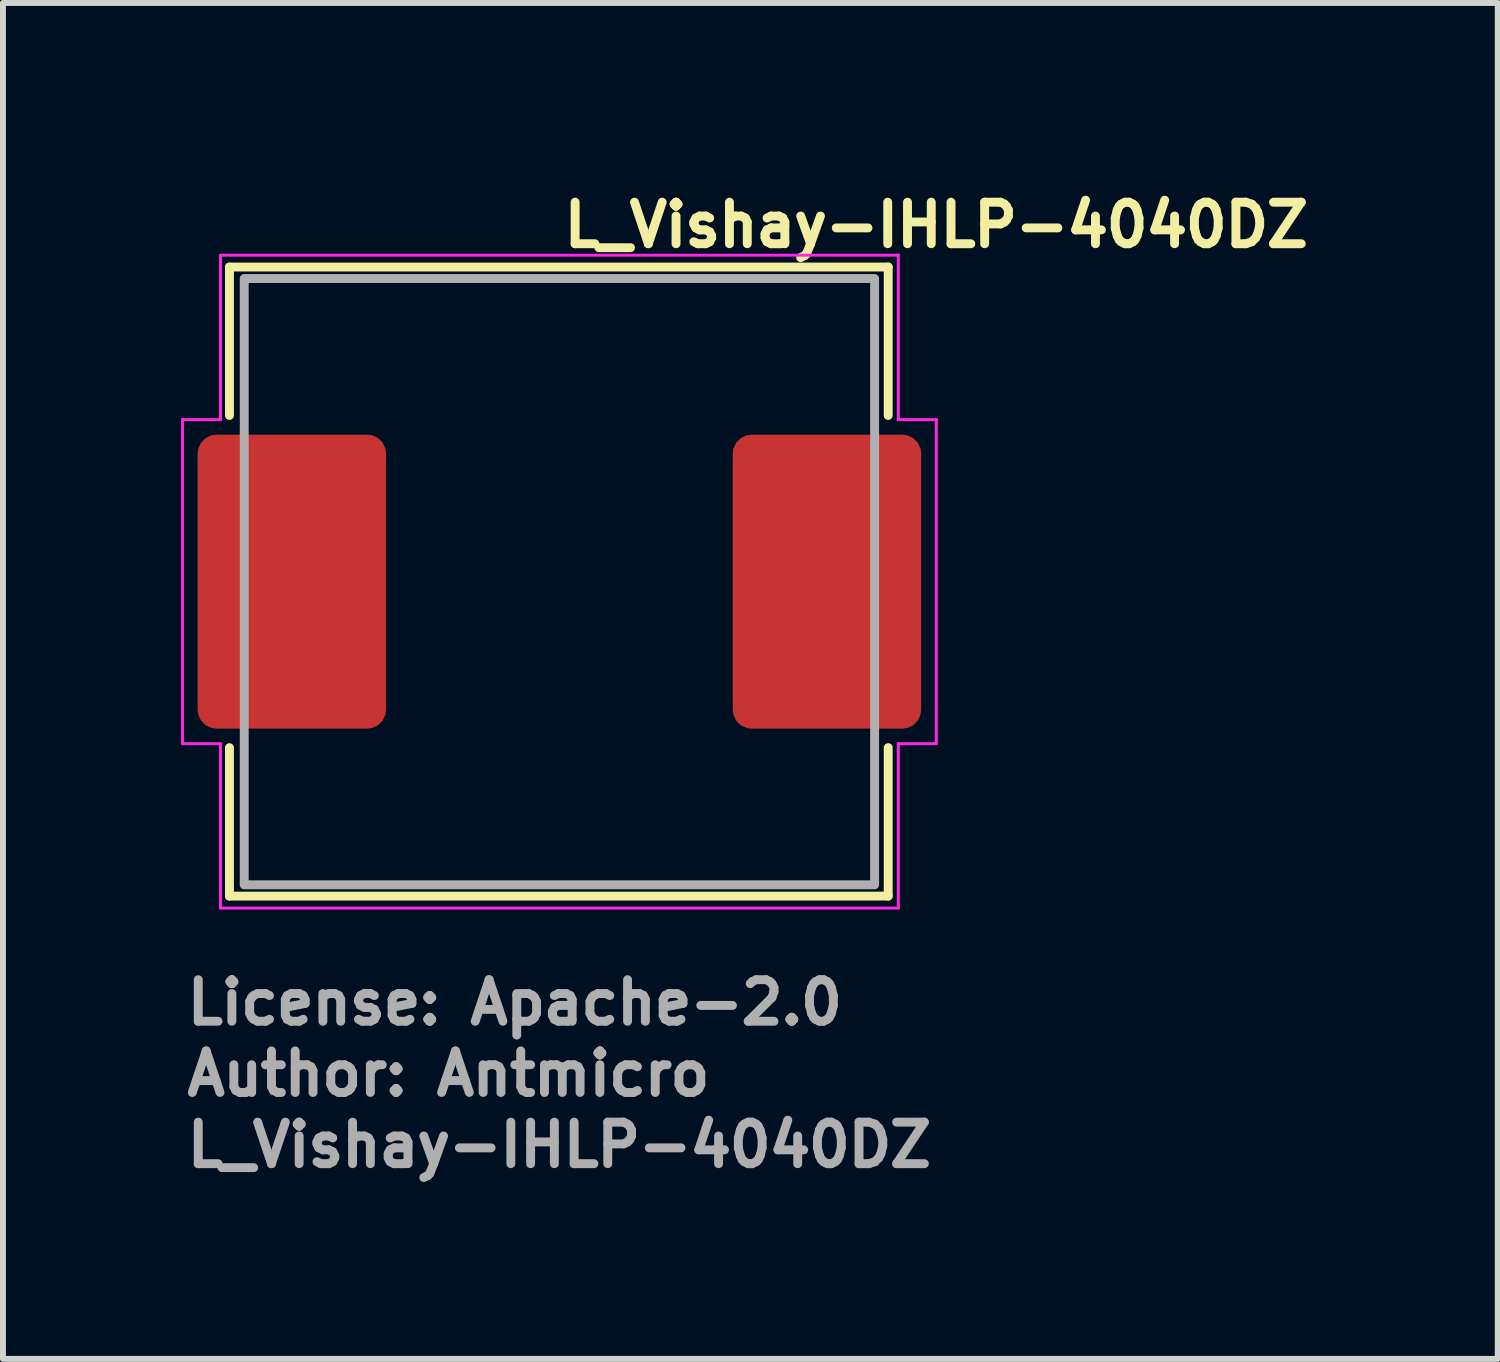
<source format=kicad_pcb>
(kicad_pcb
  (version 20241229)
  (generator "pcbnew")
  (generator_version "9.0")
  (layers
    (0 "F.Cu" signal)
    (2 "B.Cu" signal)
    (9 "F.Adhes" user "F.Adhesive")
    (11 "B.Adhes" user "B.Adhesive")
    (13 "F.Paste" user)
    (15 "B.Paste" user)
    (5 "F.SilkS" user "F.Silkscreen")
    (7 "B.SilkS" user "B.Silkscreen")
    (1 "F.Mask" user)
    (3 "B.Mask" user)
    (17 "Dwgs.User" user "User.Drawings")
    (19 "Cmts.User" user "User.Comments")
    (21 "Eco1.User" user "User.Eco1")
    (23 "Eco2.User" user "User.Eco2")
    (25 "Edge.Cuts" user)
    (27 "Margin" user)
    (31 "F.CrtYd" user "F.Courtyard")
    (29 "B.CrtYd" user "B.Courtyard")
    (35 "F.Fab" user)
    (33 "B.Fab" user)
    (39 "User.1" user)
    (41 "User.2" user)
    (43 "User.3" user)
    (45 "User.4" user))
  (footprint "L_Vishay-IHLP-4040DZ"
    (layer "F.Cu")
    (at 6.375 6.75)
    (property "Reference" "L_Vishay-IHLP-4040DZ" (at 0 -5.6 0) (layer "F.SilkS") (effects (font (size 0.7 0.7) (thickness 0.15)) (justify left bottom)))
    (attr smd)
    (fp_line (start -5.559 -5.301) (end -5.559 -2.8) (stroke (width 0.15) (type solid)) (layer "F.SilkS"))
    (fp_line (start -5.559 2.797) (end -5.559 5.298) (stroke (width 0.15) (type solid)) (layer "F.SilkS"))
    (fp_line (start -5.559 5.298) (end 5.54 5.298) (stroke (width 0.15) (type solid)) (layer "F.SilkS"))
    (fp_line (start 5.54 -5.301) (end -5.559 -5.301) (stroke (width 0.15) (type solid)) (layer "F.SilkS"))
    (fp_line (start 5.54 -2.8) (end 5.54 -5.301) (stroke (width 0.15) (type solid)) (layer "F.SilkS"))
    (fp_line (start 5.54 5.298) (end 5.54 2.797) (stroke (width 0.15) (type solid)) (layer "F.SilkS"))
    (fp_line (start -6.35 -2.73) (end -5.71 -2.73) (stroke (width 0.05) (type solid)) (layer "F.CrtYd"))
    (fp_line (start -6.35 2.73) (end -6.35 -2.73) (stroke (width 0.05) (type solid)) (layer "F.CrtYd"))
    (fp_line (start -5.71 -5.5) (end -5.71 -2.73) (stroke (width 0.05) (type solid)) (layer "F.CrtYd"))
    (fp_line (start -5.71 2.73) (end -6.35 2.73) (stroke (width 0.05) (type solid)) (layer "F.CrtYd"))
    (fp_line (start -5.71 2.73) (end -5.71 5.5) (stroke (width 0.05) (type solid)) (layer "F.CrtYd"))
    (fp_line (start 5.71 -5.5) (end -5.71 -5.5) (stroke (width 0.05) (type solid)) (layer "F.CrtYd"))
    (fp_line (start 5.71 -2.73) (end 5.71 -5.5) (stroke (width 0.05) (type solid)) (layer "F.CrtYd"))
    (fp_line (start 5.71 -2.73) (end 6.35 -2.73) (stroke (width 0.05) (type solid)) (layer "F.CrtYd"))
    (fp_line (start 5.71 5.5) (end -5.71 5.5) (stroke (width 0.05) (type solid)) (layer "F.CrtYd"))
    (fp_line (start 5.71 5.5) (end 5.71 2.73) (stroke (width 0.05) (type solid)) (layer "F.CrtYd"))
    (fp_line (start 6.35 -2.73) (end 6.35 2.73) (stroke (width 0.05) (type solid)) (layer "F.CrtYd"))
    (fp_line (start 6.35 2.73) (end 5.71 2.73) (stroke (width 0.05) (type solid)) (layer "F.CrtYd"))
    (fp_rect (start -5.31 -5.107) (end 5.311 5.108) (stroke (width 0.15) (type solid)) (fill no) (layer "F.Fab"))
    (fp_rect (start -5.31 -5.107) (end 5.311 5.108) (stroke (width 0.1) (type solid)) (fill no) (layer "User.5"))
    (fp_line (start -5.31 -3.808) (end -5.31 3.81) (stroke (width 0.02) (type solid)) (layer "User.9"))
    (fp_line (start -5.31 -1.72) (end -5.31 -2.259) (stroke (width 0.02) (type solid)) (layer "User.9"))
    (fp_line (start -5.31 -1.72) (end -5.31 -1.72) (stroke (width 0.02) (type solid)) (layer "User.9"))
    (fp_line (start -5.31 -1.614) (end -5.31 -1.72) (stroke (width 0.02) (type solid)) (layer "User.9"))
    (fp_line (start -5.31 -1.614) (end -5.31 -1.614) (stroke (width 0.02) (type solid)) (layer "User.9"))
    (fp_line (start -5.31 -1.573) (end -5.31 -1.614) (stroke (width 0.02) (type solid)) (layer "User.9"))
    (fp_line (start -5.31 -1.573) (end -5.31 -1.573) (stroke (width 0.02) (type solid)) (layer "User.9"))
    (fp_line (start -5.31 -1.54) (end -5.31 -1.573) (stroke (width 0.02) (type solid)) (layer "User.9"))
    (fp_line (start -5.31 -1.54) (end -5.31 -1.54) (stroke (width 0.02) (type solid)) (layer "User.9"))
    (fp_line (start -5.31 -1.516) (end -5.31 -1.54) (stroke (width 0.02) (type solid)) (layer "User.9"))
    (fp_line (start -5.31 -1.516) (end -5.31 -1.516) (stroke (width 0.02) (type solid)) (layer "User.9"))
    (fp_line (start -5.31 -1.502) (end -5.31 -1.516) (stroke (width 0.02) (type solid)) (layer "User.9"))
    (fp_line (start -5.31 -1.502) (end -5.31 -1.502) (stroke (width 0.02) (type solid)) (layer "User.9"))
    (fp_line (start -5.31 -1.497) (end -5.31 -1.502) (stroke (width 0.02) (type solid)) (layer "User.9"))
    (fp_line (start -5.31 3.81) (end -5.214 3.81) (stroke (width 0.02) (type solid)) (layer "User.9"))
    (fp_line (start -5.214 -3.808) (end -5.31 -3.808) (stroke (width 0.02) (type solid)) (layer "User.9"))
    (fp_line (start -5.214 -3.808) (end -5.214 -3.808) (stroke (width 0.02) (type solid)) (layer "User.9"))
    (fp_line (start -5.214 3.81) (end -5.214 3.81) (stroke (width 0.02) (type solid)) (layer "User.9"))
    (fp_line (start -5.214 3.81) (end -4.98 3.81) (stroke (width 0.02) (type solid)) (layer "User.9"))
    (fp_line (start -5.196 -0.507) (end -5.19 -0.527) (stroke (width 0.02) (type solid)) (layer "User.9"))
    (fp_line (start -5.196 0.508) (end -5.196 -0.507) (stroke (width 0.02) (type solid)) (layer "User.9"))
    (fp_line (start -5.19 -0.527) (end -5.184 -0.548) (stroke (width 0.02) (type solid)) (layer "User.9"))
    (fp_line (start -5.19 0.529) (end -5.196 0.508) (stroke (width 0.02) (type solid)) (layer "User.9"))
    (fp_line (start -5.184 -0.548) (end -5.177 -0.567) (stroke (width 0.02) (type solid)) (layer "User.9"))
    (fp_line (start -5.184 0.549) (end -5.19 0.529) (stroke (width 0.02) (type solid)) (layer "User.9"))
    (fp_line (start -5.177 -0.567) (end -5.168 -0.585) (stroke (width 0.02) (type solid)) (layer "User.9"))
    (fp_line (start -5.177 0.568) (end -5.184 0.549) (stroke (width 0.02) (type solid)) (layer "User.9"))
    (fp_line (start -5.168 -0.585) (end -5.159 -0.603) (stroke (width 0.02) (type solid)) (layer "User.9"))
    (fp_line (start -5.168 0.587) (end -5.177 0.568) (stroke (width 0.02) (type solid)) (layer "User.9"))
    (fp_line (start -5.159 -0.603) (end -5.148 -0.62) (stroke (width 0.02) (type solid)) (layer "User.9"))
    (fp_line (start -5.159 0.604) (end -5.168 0.587) (stroke (width 0.02) (type solid)) (layer "User.9"))
    (fp_line (start -5.148 -0.62) (end -5.137 -0.636) (stroke (width 0.02) (type solid)) (layer "User.9"))
    (fp_line (start -5.148 0.621) (end -5.159 0.604) (stroke (width 0.02) (type solid)) (layer "User.9"))
    (fp_line (start -5.137 -0.636) (end -5.124 -0.651) (stroke (width 0.02) (type solid)) (layer "User.9"))
    (fp_line (start -5.137 0.637) (end -5.148 0.621) (stroke (width 0.02) (type solid)) (layer "User.9"))
    (fp_line (start -5.124 -0.651) (end -5.11 -0.665) (stroke (width 0.02) (type solid)) (layer "User.9"))
    (fp_line (start -5.124 0.653) (end -5.137 0.637) (stroke (width 0.02) (type solid)) (layer "User.9"))
    (fp_line (start -5.11 -0.665) (end -5.095 -0.679) (stroke (width 0.02) (type solid)) (layer "User.9"))
    (fp_line (start -5.11 0.667) (end -5.124 0.653) (stroke (width 0.02) (type solid)) (layer "User.9"))
    (fp_line (start -5.107 -4.101) (end -5.107 -3.808) (stroke (width 0.02) (type solid)) (layer "User.9"))
    (fp_line (start -5.107 3.81) (end -5.107 4.102) (stroke (width 0.02) (type solid)) (layer "User.9"))
    (fp_line (start -5.107 4.102) (end -5.106 4.154) (stroke (width 0.02) (type solid)) (layer "User.9"))
    (fp_line (start -5.106 -4.151) (end -5.107 -4.101) (stroke (width 0.02) (type solid)) (layer "User.9"))
    (fp_line (start -5.106 4.154) (end -5.102 4.205) (stroke (width 0.02) (type solid)) (layer "User.9"))
    (fp_line (start -5.102 -4.2) (end -5.106 -4.151) (stroke (width 0.02) (type solid)) (layer "User.9"))
    (fp_line (start -5.102 4.205) (end -5.096 4.256) (stroke (width 0.02) (type solid)) (layer "User.9"))
    (fp_line (start -5.096 -4.249) (end -5.102 -4.2) (stroke (width 0.02) (type solid)) (layer "User.9"))
    (fp_line (start -5.096 4.256) (end -5.087 4.305) (stroke (width 0.02) (type solid)) (layer "User.9"))
    (fp_line (start -5.095 -0.679) (end -5.079 -0.692) (stroke (width 0.02) (type solid)) (layer "User.9"))
    (fp_line (start -5.095 0.681) (end -5.11 0.667) (stroke (width 0.02) (type solid)) (layer "User.9"))
    (fp_line (start -5.09 -0.507) (end -5.196 -0.507) (stroke (width 0.02) (type solid)) (layer "User.9"))
    (fp_line (start -5.09 -0.507) (end -5.082 -0.539) (stroke (width 0.02) (type solid)) (layer "User.9"))
    (fp_line (start -5.09 0.508) (end -5.196 0.508) (stroke (width 0.02) (type solid)) (layer "User.9"))
    (fp_line (start -5.09 0.508) (end -5.09 -0.507) (stroke (width 0.02) (type solid)) (layer "User.9"))
    (fp_line (start -5.088 -4.298) (end -5.096 -4.249) (stroke (width 0.02) (type solid)) (layer "User.9"))
    (fp_line (start -5.087 4.305) (end -5.075 4.354) (stroke (width 0.02) (type solid)) (layer "User.9"))
    (fp_line (start -5.082 -0.539) (end -5.073 -0.57) (stroke (width 0.02) (type solid)) (layer "User.9"))
    (fp_line (start -5.082 0.54) (end -5.09 0.508) (stroke (width 0.02) (type solid)) (layer "User.9"))
    (fp_line (start -5.079 -0.692) (end -5.062 -0.704) (stroke (width 0.02) (type solid)) (layer "User.9"))
    (fp_line (start -5.079 0.693) (end -5.095 0.681) (stroke (width 0.02) (type solid)) (layer "User.9"))
    (fp_line (start -5.077 -4.346) (end -5.088 -4.298) (stroke (width 0.02) (type solid)) (layer "User.9"))
    (fp_line (start -5.075 4.354) (end -5.062 4.402) (stroke (width 0.02) (type solid)) (layer "User.9"))
    (fp_line (start -5.073 -0.57) (end -5.068 -0.586) (stroke (width 0.02) (type solid)) (layer "User.9"))
    (fp_line (start -5.073 0.572) (end -5.082 0.54) (stroke (width 0.02) (type solid)) (layer "User.9"))
    (fp_line (start -5.068 -0.586) (end -5.062 -0.602) (stroke (width 0.02) (type solid)) (layer "User.9"))
    (fp_line (start -5.068 0.588) (end -5.073 0.572) (stroke (width 0.02) (type solid)) (layer "User.9"))
    (fp_line (start -5.064 -4.393) (end -5.077 -4.346) (stroke (width 0.02) (type solid)) (layer "User.9"))
    (fp_line (start -5.062 -0.704) (end -5.043 -0.715) (stroke (width 0.02) (type solid)) (layer "User.9"))
    (fp_line (start -5.062 -0.602) (end -5.057 -0.618) (stroke (width 0.02) (type solid)) (layer "User.9"))
    (fp_line (start -5.062 0.604) (end -5.068 0.588) (stroke (width 0.02) (type solid)) (layer "User.9"))
    (fp_line (start -5.062 0.705) (end -5.079 0.693) (stroke (width 0.02) (type solid)) (layer "User.9"))
    (fp_line (start -5.062 4.402) (end -5.046 4.448) (stroke (width 0.02) (type solid)) (layer "User.9"))
    (fp_line (start -5.057 -0.618) (end -5.05 -0.633) (stroke (width 0.02) (type solid)) (layer "User.9"))
    (fp_line (start -5.057 0.619) (end -5.062 0.604) (stroke (width 0.02) (type solid)) (layer "User.9"))
    (fp_line (start -5.05 -0.633) (end -5.044 -0.648) (stroke (width 0.02) (type solid)) (layer "User.9"))
    (fp_line (start -5.05 0.635) (end -5.057 0.619) (stroke (width 0.02) (type solid)) (layer "User.9"))
    (fp_line (start -5.048 -4.439) (end -5.064 -4.393) (stroke (width 0.02) (type solid)) (layer "User.9"))
    (fp_line (start -5.046 4.448) (end -5.028 4.494) (stroke (width 0.02) (type solid)) (layer "User.9"))
    (fp_line (start -5.044 -0.648) (end -5.036 -0.663) (stroke (width 0.02) (type solid)) (layer "User.9"))
    (fp_line (start -5.044 0.65) (end -5.05 0.635) (stroke (width 0.02) (type solid)) (layer "User.9"))
    (fp_line (start -5.043 -0.715) (end -5.023 -0.725) (stroke (width 0.02) (type solid)) (layer "User.9"))
    (fp_line (start -5.043 0.717) (end -5.062 0.705) (stroke (width 0.02) (type solid)) (layer "User.9"))
    (fp_line (start -5.036 -0.663) (end -5.029 -0.677) (stroke (width 0.02) (type solid)) (layer "User.9"))
    (fp_line (start -5.036 0.665) (end -5.044 0.65) (stroke (width 0.02) (type solid)) (layer "User.9"))
    (fp_line (start -5.031 -4.486) (end -5.048 -4.439) (stroke (width 0.02) (type solid)) (layer "User.9"))
    (fp_line (start -5.029 -0.677) (end -5.02 -0.691) (stroke (width 0.02) (type solid)) (layer "User.9"))
    (fp_line (start -5.029 0.679) (end -5.036 0.665) (stroke (width 0.02) (type solid)) (layer "User.9"))
    (fp_line (start -5.028 4.494) (end -5.008 4.539) (stroke (width 0.02) (type solid)) (layer "User.9"))
    (fp_line (start -5.023 -0.725) (end -5.002 -0.735) (stroke (width 0.02) (type solid)) (layer "User.9"))
    (fp_line (start -5.023 0.727) (end -5.043 0.717) (stroke (width 0.02) (type solid)) (layer "User.9"))
    (fp_line (start -5.02 -0.691) (end -5.011 -0.705) (stroke (width 0.02) (type solid)) (layer "User.9"))
    (fp_line (start -5.02 0.693) (end -5.029 0.679) (stroke (width 0.02) (type solid)) (layer "User.9"))
    (fp_line (start -5.011 -4.531) (end -5.031 -4.486) (stroke (width 0.02) (type solid)) (layer "User.9"))
    (fp_line (start -5.011 -0.705) (end -5.002 -0.719) (stroke (width 0.02) (type solid)) (layer "User.9"))
    (fp_line (start -5.011 0.707) (end -5.02 0.693) (stroke (width 0.02) (type solid)) (layer "User.9"))
    (fp_line (start -5.008 4.539) (end -4.986 4.582) (stroke (width 0.02) (type solid)) (layer "User.9"))
    (fp_line (start -5.002 -0.735) (end -4.98 -0.744) (stroke (width 0.02) (type solid)) (layer "User.9"))
    (fp_line (start -5.002 -0.719) (end -4.991 -0.731) (stroke (width 0.02) (type solid)) (layer "User.9"))
    (fp_line (start -5.002 0.72) (end -5.011 0.707) (stroke (width 0.02) (type solid)) (layer "User.9"))
    (fp_line (start -5.002 0.737) (end -5.023 0.727) (stroke (width 0.02) (type solid)) (layer "User.9"))
    (fp_line (start -4.991 -0.731) (end -4.98 -0.744) (stroke (width 0.02) (type solid)) (layer "User.9"))
    (fp_line (start -4.991 0.733) (end -5.002 0.72) (stroke (width 0.02) (type solid)) (layer "User.9"))
    (fp_line (start -4.989 -4.574) (end -5.011 -4.531) (stroke (width 0.02) (type solid)) (layer "User.9"))
    (fp_line (start -4.986 4.582) (end -4.962 4.624) (stroke (width 0.02) (type solid)) (layer "User.9"))
    (fp_line (start -4.98 -3.808) (end -5.214 -3.808) (stroke (width 0.02) (type solid)) (layer "User.9"))
    (fp_line (start -4.98 0.745) (end -5.002 0.737) (stroke (width 0.02) (type solid)) (layer "User.9"))
    (fp_line (start -4.98 0.745) (end -4.991 0.733) (stroke (width 0.02) (type solid)) (layer "User.9"))
    (fp_line (start -4.98 0.745) (end -4.975 0.747) (stroke (width 0.02) (type solid)) (layer "User.9"))
    (fp_line (start -4.975 -0.746) (end -4.98 -0.744) (stroke (width 0.02) (type solid)) (layer "User.9"))
    (fp_line (start -4.975 0.747) (end -4.969 0.749) (stroke (width 0.02) (type solid)) (layer "User.9"))
    (fp_line (start -4.969 -0.748) (end -4.975 -0.746) (stroke (width 0.02) (type solid)) (layer "User.9"))
    (fp_line (start -4.969 0.749) (end -4.964 0.751) (stroke (width 0.02) (type solid)) (layer "User.9"))
    (fp_line (start -4.964 -4.617) (end -4.989 -4.574) (stroke (width 0.02) (type solid)) (layer "User.9"))
    (fp_line (start -4.964 -0.749) (end -4.969 -0.748) (stroke (width 0.02) (type solid)) (layer "User.9"))
    (fp_line (start -4.964 0.751) (end -4.958 0.753) (stroke (width 0.02) (type solid)) (layer "User.9"))
    (fp_line (start -4.962 4.624) (end -4.935 4.665) (stroke (width 0.02) (type solid)) (layer "User.9"))
    (fp_line (start -4.958 -0.751) (end -4.964 -0.749) (stroke (width 0.02) (type solid)) (layer "User.9"))
    (fp_line (start -4.958 0.753) (end -4.952 0.754) (stroke (width 0.02) (type solid)) (layer "User.9"))
    (fp_line (start -4.952 -0.753) (end -4.958 -0.751) (stroke (width 0.02) (type solid)) (layer "User.9"))
    (fp_line (start -4.952 0.754) (end -4.947 0.756) (stroke (width 0.02) (type solid)) (layer "User.9"))
    (fp_line (start -4.947 -0.754) (end -4.952 -0.753) (stroke (width 0.02) (type solid)) (layer "User.9"))
    (fp_line (start -4.947 0.756) (end -4.941 0.757) (stroke (width 0.02) (type solid)) (layer "User.9"))
    (fp_line (start -4.941 -0.755) (end -4.947 -0.754) (stroke (width 0.02) (type solid)) (layer "User.9"))
    (fp_line (start -4.941 0.757) (end -4.935 0.758) (stroke (width 0.02) (type solid)) (layer "User.9"))
    (fp_line (start -4.938 -4.659) (end -4.964 -4.617) (stroke (width 0.02) (type solid)) (layer "User.9"))
    (fp_line (start -4.935 -0.756) (end -4.941 -0.755) (stroke (width 0.02) (type solid)) (layer "User.9"))
    (fp_line (start -4.935 0.758) (end -4.929 0.759) (stroke (width 0.02) (type solid)) (layer "User.9"))
    (fp_line (start -4.935 4.665) (end -4.907 4.704) (stroke (width 0.02) (type solid)) (layer "User.9"))
    (fp_line (start -4.929 -0.757) (end -4.935 -0.756) (stroke (width 0.02) (type solid)) (layer "User.9"))
    (fp_line (start -4.929 0.759) (end -4.924 0.76) (stroke (width 0.02) (type solid)) (layer "User.9"))
    (fp_line (start -4.924 -0.758) (end -4.929 -0.757) (stroke (width 0.02) (type solid)) (layer "User.9"))
    (fp_line (start -4.924 0.76) (end -4.918 0.761) (stroke (width 0.02) (type solid)) (layer "User.9"))
    (fp_line (start -4.918 -0.759) (end -4.924 -0.758) (stroke (width 0.02) (type solid)) (layer "User.9"))
    (fp_line (start -4.918 0.761) (end -4.912 0.761) (stroke (width 0.02) (type solid)) (layer "User.9"))
    (fp_line (start -4.912 -0.76) (end -4.918 -0.759) (stroke (width 0.02) (type solid)) (layer "User.9"))
    (fp_line (start -4.912 0.761) (end -4.906 0.762) (stroke (width 0.02) (type solid)) (layer "User.9"))
    (fp_line (start -4.91 -4.699) (end -4.938 -4.659) (stroke (width 0.02) (type solid)) (layer "User.9"))
    (fp_line (start -4.907 4.704) (end -4.877 4.742) (stroke (width 0.02) (type solid)) (layer "User.9"))
    (fp_line (start -4.906 -0.76) (end -4.912 -0.76) (stroke (width 0.02) (type solid)) (layer "User.9"))
    (fp_line (start -4.906 0.762) (end -4.9 0.762) (stroke (width 0.02) (type solid)) (layer "User.9"))
    (fp_line (start -4.9 -0.76) (end -4.906 -0.76) (stroke (width 0.02) (type solid)) (layer "User.9"))
    (fp_line (start -4.9 0.762) (end -4.895 0.762) (stroke (width 0.02) (type solid)) (layer "User.9"))
    (fp_line (start -4.895 -0.761) (end -4.9 -0.76) (stroke (width 0.02) (type solid)) (layer "User.9"))
    (fp_line (start -4.895 0.762) (end -4.889 0.762) (stroke (width 0.02) (type solid)) (layer "User.9"))
    (fp_line (start -4.889 -0.761) (end -4.895 -0.761) (stroke (width 0.02) (type solid)) (layer "User.9"))
    (fp_line (start -4.879 -4.737) (end -4.91 -4.699) (stroke (width 0.02) (type solid)) (layer "User.9"))
    (fp_line (start -4.877 4.742) (end -4.846 4.779) (stroke (width 0.02) (type solid)) (layer "User.9"))
    (fp_line (start -4.853 -4.049) (end -4.852 -4.101) (stroke (width 0.02) (type solid)) (layer "User.9"))
    (fp_line (start -4.853 -3.808) (end -4.98 -3.808) (stroke (width 0.02) (type solid)) (layer "User.9"))
    (fp_line (start -4.853 -0.761) (end -4.889 -0.761) (stroke (width 0.02) (type solid)) (layer "User.9"))
    (fp_line (start -4.853 0.762) (end -4.889 0.762) (stroke (width 0.02) (type solid)) (layer "User.9"))
    (fp_line (start -4.853 3.81) (end -4.98 3.81) (stroke (width 0.02) (type solid)) (layer "User.9"))
    (fp_line (start -4.853 4.052) (end -4.853 -4.049) (stroke (width 0.02) (type solid)) (layer "User.9"))
    (fp_line (start -4.852 -4.101) (end -4.848 -4.152) (stroke (width 0.02) (type solid)) (layer "User.9"))
    (fp_line (start -4.852 4.103) (end -4.853 4.052) (stroke (width 0.02) (type solid)) (layer "User.9"))
    (fp_line (start -4.848 -4.152) (end -4.842 -4.203) (stroke (width 0.02) (type solid)) (layer "User.9"))
    (fp_line (start -4.848 4.154) (end -4.852 4.103) (stroke (width 0.02) (type solid)) (layer "User.9"))
    (fp_line (start -4.847 -4.776) (end -4.879 -4.737) (stroke (width 0.02) (type solid)) (layer "User.9"))
    (fp_line (start -4.846 4.779) (end -4.813 4.814) (stroke (width 0.02) (type solid)) (layer "User.9"))
    (fp_line (start -4.842 -4.203) (end -4.833 -4.253) (stroke (width 0.02) (type solid)) (layer "User.9"))
    (fp_line (start -4.842 4.205) (end -4.848 4.154) (stroke (width 0.02) (type solid)) (layer "User.9"))
    (fp_line (start -4.833 -4.253) (end -4.821 -4.301) (stroke (width 0.02) (type solid)) (layer "User.9"))
    (fp_line (start -4.833 4.254) (end -4.842 4.205) (stroke (width 0.02) (type solid)) (layer "User.9"))
    (fp_line (start -4.821 -4.301) (end -4.808 -4.349) (stroke (width 0.02) (type solid)) (layer "User.9"))
    (fp_line (start -4.821 4.303) (end -4.833 4.254) (stroke (width 0.02) (type solid)) (layer "User.9"))
    (fp_line (start -4.813 -4.812) (end -4.847 -4.776) (stroke (width 0.02) (type solid)) (layer "User.9"))
    (fp_line (start -4.813 -4.812) (end -4.813 -4.812) (stroke (width 0.02) (type solid)) (layer "User.9"))
    (fp_line (start -4.813 4.814) (end -4.778 4.847) (stroke (width 0.02) (type solid)) (layer "User.9"))
    (fp_line (start -4.808 -4.349) (end -4.792 -4.396) (stroke (width 0.02) (type solid)) (layer "User.9"))
    (fp_line (start -4.808 4.351) (end -4.821 4.303) (stroke (width 0.02) (type solid)) (layer "User.9"))
    (fp_line (start -4.792 -4.396) (end -4.774 -4.441) (stroke (width 0.02) (type solid)) (layer "User.9"))
    (fp_line (start -4.792 4.397) (end -4.808 4.351) (stroke (width 0.02) (type solid)) (layer "User.9"))
    (fp_line (start -4.778 4.847) (end -4.741 4.879) (stroke (width 0.02) (type solid)) (layer "User.9"))
    (fp_line (start -4.776 -4.846) (end -4.813 -4.812) (stroke (width 0.02) (type solid)) (layer "User.9"))
    (fp_line (start -4.774 -4.441) (end -4.754 -4.486) (stroke (width 0.02) (type solid)) (layer "User.9"))
    (fp_line (start -4.774 4.443) (end -4.792 4.397) (stroke (width 0.02) (type solid)) (layer "User.9"))
    (fp_line (start -4.754 -4.486) (end -4.732 -4.529) (stroke (width 0.02) (type solid)) (layer "User.9"))
    (fp_line (start -4.754 4.488) (end -4.774 4.443) (stroke (width 0.02) (type solid)) (layer "User.9"))
    (fp_line (start -4.741 4.879) (end -4.703 4.908) (stroke (width 0.02) (type solid)) (layer "User.9"))
    (fp_line (start -4.739 -4.878) (end -4.776 -4.846) (stroke (width 0.02) (type solid)) (layer "User.9"))
    (fp_line (start -4.732 -4.529) (end -4.708 -4.572) (stroke (width 0.02) (type solid)) (layer "User.9"))
    (fp_line (start -4.732 4.531) (end -4.754 4.488) (stroke (width 0.02) (type solid)) (layer "User.9"))
    (fp_line (start -4.708 -4.572) (end -4.681 -4.612) (stroke (width 0.02) (type solid)) (layer "User.9"))
    (fp_line (start -4.708 4.573) (end -4.732 4.531) (stroke (width 0.02) (type solid)) (layer "User.9"))
    (fp_line (start -4.703 4.908) (end -4.664 4.937) (stroke (width 0.02) (type solid)) (layer "User.9"))
    (fp_line (start -4.7 -4.909) (end -4.739 -4.878) (stroke (width 0.02) (type solid)) (layer "User.9"))
    (fp_line (start -4.681 -4.612) (end -4.653 -4.652) (stroke (width 0.02) (type solid)) (layer "User.9"))
    (fp_line (start -4.681 4.614) (end -4.708 4.573) (stroke (width 0.02) (type solid)) (layer "User.9"))
    (fp_line (start -4.664 4.937) (end -4.623 4.963) (stroke (width 0.02) (type solid)) (layer "User.9"))
    (fp_line (start -4.659 -4.938) (end -4.7 -4.909) (stroke (width 0.02) (type solid)) (layer "User.9"))
    (fp_line (start -4.653 -4.652) (end -4.623 -4.689) (stroke (width 0.02) (type solid)) (layer "User.9"))
    (fp_line (start -4.653 4.653) (end -4.681 4.614) (stroke (width 0.02) (type solid)) (layer "User.9"))
    (fp_line (start -4.623 -4.689) (end -4.592 -4.726) (stroke (width 0.02) (type solid)) (layer "User.9"))
    (fp_line (start -4.623 4.691) (end -4.653 4.653) (stroke (width 0.02) (type solid)) (layer "User.9"))
    (fp_line (start -4.623 4.963) (end -4.581 4.987) (stroke (width 0.02) (type solid)) (layer "User.9"))
    (fp_line (start -4.618 -4.963) (end -4.659 -4.938) (stroke (width 0.02) (type solid)) (layer "User.9"))
    (fp_line (start -4.592 -4.726) (end -4.559 -4.761) (stroke (width 0.02) (type solid)) (layer "User.9"))
    (fp_line (start -4.592 4.728) (end -4.623 4.691) (stroke (width 0.02) (type solid)) (layer "User.9"))
    (fp_line (start -4.581 4.987) (end -4.537 5.009) (stroke (width 0.02) (type solid)) (layer "User.9"))
    (fp_line (start -4.575 -4.987) (end -4.618 -4.963) (stroke (width 0.02) (type solid)) (layer "User.9"))
    (fp_line (start -4.559 -4.761) (end -4.524 -4.793) (stroke (width 0.02) (type solid)) (layer "User.9"))
    (fp_line (start -4.559 4.763) (end -4.592 4.728) (stroke (width 0.02) (type solid)) (layer "User.9"))
    (fp_line (start -4.537 5.009) (end -4.493 5.029) (stroke (width 0.02) (type solid)) (layer "User.9"))
    (fp_line (start -4.531 -5.01) (end -4.575 -4.987) (stroke (width 0.02) (type solid)) (layer "User.9"))
    (fp_line (start -4.524 -4.793) (end -4.487 -4.825) (stroke (width 0.02) (type solid)) (layer "User.9"))
    (fp_line (start -4.524 4.796) (end -4.559 4.763) (stroke (width 0.02) (type solid)) (layer "User.9"))
    (fp_line (start -4.493 5.029) (end -4.447 5.047) (stroke (width 0.02) (type solid)) (layer "User.9"))
    (fp_line (start -4.487 -4.825) (end -4.449 -4.856) (stroke (width 0.02) (type solid)) (layer "User.9"))
    (fp_line (start -4.487 4.828) (end -4.524 4.796) (stroke (width 0.02) (type solid)) (layer "User.9"))
    (fp_line (start -4.486 -5.03) (end -4.531 -5.01) (stroke (width 0.02) (type solid)) (layer "User.9"))
    (fp_line (start -4.449 -4.856) (end -4.41 -4.883) (stroke (width 0.02) (type solid)) (layer "User.9"))
    (fp_line (start -4.449 4.858) (end -4.487 4.828) (stroke (width 0.02) (type solid)) (layer "User.9"))
    (fp_line (start -4.447 5.047) (end -4.4 5.063) (stroke (width 0.02) (type solid)) (layer "User.9"))
    (fp_line (start -4.44 -5.048) (end -4.486 -5.03) (stroke (width 0.02) (type solid)) (layer "User.9"))
    (fp_line (start -4.41 -4.883) (end -4.369 -4.91) (stroke (width 0.02) (type solid)) (layer "User.9"))
    (fp_line (start -4.41 4.886) (end -4.449 4.858) (stroke (width 0.02) (type solid)) (layer "User.9"))
    (fp_line (start -4.4 5.063) (end -4.353 5.077) (stroke (width 0.02) (type solid)) (layer "User.9"))
    (fp_line (start -4.394 -5.063) (end -4.44 -5.048) (stroke (width 0.02) (type solid)) (layer "User.9"))
    (fp_line (start -4.369 -4.91) (end -4.327 -4.934) (stroke (width 0.02) (type solid)) (layer "User.9"))
    (fp_line (start -4.369 4.912) (end -4.41 4.886) (stroke (width 0.02) (type solid)) (layer "User.9"))
    (fp_line (start -4.353 5.077) (end -4.304 5.088) (stroke (width 0.02) (type solid)) (layer "User.9"))
    (fp_line (start -4.346 -5.075) (end -4.394 -5.063) (stroke (width 0.02) (type solid)) (layer "User.9"))
    (fp_line (start -4.327 -4.934) (end -4.283 -4.957) (stroke (width 0.02) (type solid)) (layer "User.9"))
    (fp_line (start -4.327 4.936) (end -4.369 4.912) (stroke (width 0.02) (type solid)) (layer "User.9"))
    (fp_line (start -4.304 5.088) (end -4.254 5.097) (stroke (width 0.02) (type solid)) (layer "User.9"))
    (fp_line (start -4.298 -5.087) (end -4.346 -5.075) (stroke (width 0.02) (type solid)) (layer "User.9"))
    (fp_line (start -4.283 -4.957) (end -4.239 -4.977) (stroke (width 0.02) (type solid)) (layer "User.9"))
    (fp_line (start -4.283 4.958) (end -4.327 4.936) (stroke (width 0.02) (type solid)) (layer "User.9"))
    (fp_line (start -4.254 5.097) (end -4.204 5.103) (stroke (width 0.02) (type solid)) (layer "User.9"))
    (fp_line (start -4.25 -5.096) (end -4.298 -5.087) (stroke (width 0.02) (type solid)) (layer "User.9"))
    (fp_line (start -4.239 -4.977) (end -4.193 -4.995) (stroke (width 0.02) (type solid)) (layer "User.9"))
    (fp_line (start -4.239 4.978) (end -4.283 4.958) (stroke (width 0.02) (type solid)) (layer "User.9"))
    (fp_line (start -4.204 5.103) (end -4.153 5.107) (stroke (width 0.02) (type solid)) (layer "User.9"))
    (fp_line (start -4.201 -5.102) (end -4.25 -5.096) (stroke (width 0.02) (type solid)) (layer "User.9"))
    (fp_line (start -4.193 -4.995) (end -4.146 -5.011) (stroke (width 0.02) (type solid)) (layer "User.9"))
    (fp_line (start -4.193 4.996) (end -4.239 4.978) (stroke (width 0.02) (type solid)) (layer "User.9"))
    (fp_line (start -4.153 5.107) (end -4.101 5.108) (stroke (width 0.02) (type solid)) (layer "User.9"))
    (fp_line (start -4.151 -5.104) (end -4.201 -5.102) (stroke (width 0.02) (type solid)) (layer "User.9"))
    (fp_line (start -4.146 -5.011) (end -4.099 -5.024) (stroke (width 0.02) (type solid)) (layer "User.9"))
    (fp_line (start -4.146 5.012) (end -4.193 4.996) (stroke (width 0.02) (type solid)) (layer "User.9"))
    (fp_line (start -4.101 -5.107) (end -4.151 -5.104) (stroke (width 0.02) (type solid)) (layer "User.9"))
    (fp_line (start -4.101 5.108) (end 4.101 5.108) (stroke (width 0.02) (type solid)) (layer "User.9"))
    (fp_line (start -4.099 -5.024) (end -4.049 -5.035) (stroke (width 0.02) (type solid)) (layer "User.9"))
    (fp_line (start -4.099 5.026) (end -4.146 5.012) (stroke (width 0.02) (type solid)) (layer "User.9"))
    (fp_line (start -4.049 -5.035) (end -4 -5.043) (stroke (width 0.02) (type solid)) (layer "User.9"))
    (fp_line (start -4.049 5.037) (end -4.099 5.026) (stroke (width 0.02) (type solid)) (layer "User.9"))
    (fp_line (start -4 -5.043) (end -3.95 -5.051) (stroke (width 0.02) (type solid)) (layer "User.9"))
    (fp_line (start -4 5.046) (end -4.049 5.037) (stroke (width 0.02) (type solid)) (layer "User.9"))
    (fp_line (start -3.95 -5.051) (end -3.899 -5.054) (stroke (width 0.02) (type solid)) (layer "User.9"))
    (fp_line (start -3.95 5.052) (end -4 5.046) (stroke (width 0.02) (type solid)) (layer "User.9"))
    (fp_line (start -3.899 -5.054) (end -3.847 -5.056) (stroke (width 0.02) (type solid)) (layer "User.9"))
    (fp_line (start -3.899 5.056) (end -3.95 5.052) (stroke (width 0.02) (type solid)) (layer "User.9"))
    (fp_line (start -3.847 -5.056) (end 3.848 -5.056) (stroke (width 0.02) (type solid)) (layer "User.9"))
    (fp_line (start -3.847 5.057) (end -3.899 5.056) (stroke (width 0.02) (type solid)) (layer "User.9"))
    (fp_line (start 3.848 -5.056) (end 3.9 -5.054) (stroke (width 0.02) (type solid)) (layer "User.9"))
    (fp_line (start 3.848 5.057) (end -3.847 5.057) (stroke (width 0.02) (type solid)) (layer "User.9"))
    (fp_line (start 3.9 -5.054) (end 3.951 -5.051) (stroke (width 0.02) (type solid)) (layer "User.9"))
    (fp_line (start 3.9 5.056) (end 3.848 5.057) (stroke (width 0.02) (type solid)) (layer "User.9"))
    (fp_line (start 3.951 -5.051) (end 4 -5.043) (stroke (width 0.02) (type solid)) (layer "User.9"))
    (fp_line (start 3.951 5.052) (end 3.9 5.056) (stroke (width 0.02) (type solid)) (layer "User.9"))
    (fp_line (start 4 -5.043) (end 4.051 -5.035) (stroke (width 0.02) (type solid)) (layer "User.9"))
    (fp_line (start 4 5.046) (end 3.951 5.052) (stroke (width 0.02) (type solid)) (layer "User.9"))
    (fp_line (start 4.051 -5.035) (end 4.098 -5.024) (stroke (width 0.02) (type solid)) (layer "User.9"))
    (fp_line (start 4.051 5.037) (end 4 5.046) (stroke (width 0.02) (type solid)) (layer "User.9"))
    (fp_line (start 4.098 -5.024) (end 4.146 -5.011) (stroke (width 0.02) (type solid)) (layer "User.9"))
    (fp_line (start 4.098 5.026) (end 4.051 5.037) (stroke (width 0.02) (type solid)) (layer "User.9"))
    (fp_line (start 4.101 -5.107) (end -4.101 -5.107) (stroke (width 0.02) (type solid)) (layer "User.9"))
    (fp_line (start 4.101 5.108) (end 4.154 5.107) (stroke (width 0.02) (type solid)) (layer "User.9"))
    (fp_line (start 4.146 -5.011) (end 4.194 -4.995) (stroke (width 0.02) (type solid)) (layer "User.9"))
    (fp_line (start 4.146 5.012) (end 4.098 5.026) (stroke (width 0.02) (type solid)) (layer "User.9"))
    (fp_line (start 4.152 -5.104) (end 4.101 -5.107) (stroke (width 0.02) (type solid)) (layer "User.9"))
    (fp_line (start 4.154 5.107) (end 4.205 5.103) (stroke (width 0.02) (type solid)) (layer "User.9"))
    (fp_line (start 4.194 -4.995) (end 4.239 -4.977) (stroke (width 0.02) (type solid)) (layer "User.9"))
    (fp_line (start 4.194 4.996) (end 4.146 5.012) (stroke (width 0.02) (type solid)) (layer "User.9"))
    (fp_line (start 4.2 -5.102) (end 4.152 -5.104) (stroke (width 0.02) (type solid)) (layer "User.9"))
    (fp_line (start 4.205 5.103) (end 4.255 5.097) (stroke (width 0.02) (type solid)) (layer "User.9"))
    (fp_line (start 4.239 -4.977) (end 4.284 -4.957) (stroke (width 0.02) (type solid)) (layer "User.9"))
    (fp_line (start 4.239 4.978) (end 4.194 4.996) (stroke (width 0.02) (type solid)) (layer "User.9"))
    (fp_line (start 4.25 -5.096) (end 4.2 -5.102) (stroke (width 0.02) (type solid)) (layer "User.9"))
    (fp_line (start 4.255 5.097) (end 4.305 5.088) (stroke (width 0.02) (type solid)) (layer "User.9"))
    (fp_line (start 4.284 -4.957) (end 4.327 -4.934) (stroke (width 0.02) (type solid)) (layer "User.9"))
    (fp_line (start 4.284 4.958) (end 4.239 4.978) (stroke (width 0.02) (type solid)) (layer "User.9"))
    (fp_line (start 4.298 -5.087) (end 4.25 -5.096) (stroke (width 0.02) (type solid)) (layer "User.9"))
    (fp_line (start 4.305 5.088) (end 4.353 5.077) (stroke (width 0.02) (type solid)) (layer "User.9"))
    (fp_line (start 4.327 -4.934) (end 4.369 -4.91) (stroke (width 0.02) (type solid)) (layer "User.9"))
    (fp_line (start 4.327 4.936) (end 4.284 4.958) (stroke (width 0.02) (type solid)) (layer "User.9"))
    (fp_line (start 4.346 -5.075) (end 4.298 -5.087) (stroke (width 0.02) (type solid)) (layer "User.9"))
    (fp_line (start 4.353 5.077) (end 4.401 5.063) (stroke (width 0.02) (type solid)) (layer "User.9"))
    (fp_line (start 4.369 -4.91) (end 4.41 -4.883) (stroke (width 0.02) (type solid)) (layer "User.9"))
    (fp_line (start 4.369 4.912) (end 4.327 4.936) (stroke (width 0.02) (type solid)) (layer "User.9"))
    (fp_line (start 4.394 -5.063) (end 4.346 -5.075) (stroke (width 0.02) (type solid)) (layer "User.9"))
    (fp_line (start 4.401 5.063) (end 4.447 5.047) (stroke (width 0.02) (type solid)) (layer "User.9"))
    (fp_line (start 4.41 -4.883) (end 4.45 -4.856) (stroke (width 0.02) (type solid)) (layer "User.9"))
    (fp_line (start 4.41 4.886) (end 4.369 4.912) (stroke (width 0.02) (type solid)) (layer "User.9"))
    (fp_line (start 4.441 -5.048) (end 4.394 -5.063) (stroke (width 0.02) (type solid)) (layer "User.9"))
    (fp_line (start 4.447 5.047) (end 4.492 5.029) (stroke (width 0.02) (type solid)) (layer "User.9"))
    (fp_line (start 4.45 -4.856) (end 4.487 -4.825) (stroke (width 0.02) (type solid)) (layer "User.9"))
    (fp_line (start 4.45 4.858) (end 4.41 4.886) (stroke (width 0.02) (type solid)) (layer "User.9"))
    (fp_line (start 4.487 -5.03) (end 4.441 -5.048) (stroke (width 0.02) (type solid)) (layer "User.9"))
    (fp_line (start 4.487 -4.825) (end 4.524 -4.793) (stroke (width 0.02) (type solid)) (layer "User.9"))
    (fp_line (start 4.487 4.828) (end 4.45 4.858) (stroke (width 0.02) (type solid)) (layer "User.9"))
    (fp_line (start 4.492 5.029) (end 4.537 5.009) (stroke (width 0.02) (type solid)) (layer "User.9"))
    (fp_line (start 4.524 -4.793) (end 4.559 -4.761) (stroke (width 0.02) (type solid)) (layer "User.9"))
    (fp_line (start 4.524 4.796) (end 4.487 4.828) (stroke (width 0.02) (type solid)) (layer "User.9"))
    (fp_line (start 4.532 -5.01) (end 4.487 -5.03) (stroke (width 0.02) (type solid)) (layer "User.9"))
    (fp_line (start 4.537 5.009) (end 4.58 4.987) (stroke (width 0.02) (type solid)) (layer "User.9"))
    (fp_line (start 4.559 -4.761) (end 4.591 -4.726) (stroke (width 0.02) (type solid)) (layer "User.9"))
    (fp_line (start 4.559 4.763) (end 4.524 4.796) (stroke (width 0.02) (type solid)) (layer "User.9"))
    (fp_line (start 4.575 -4.987) (end 4.532 -5.01) (stroke (width 0.02) (type solid)) (layer "User.9"))
    (fp_line (start 4.58 4.987) (end 4.622 4.963) (stroke (width 0.02) (type solid)) (layer "User.9"))
    (fp_line (start 4.591 -4.726) (end 4.624 -4.689) (stroke (width 0.02) (type solid)) (layer "User.9"))
    (fp_line (start 4.591 4.728) (end 4.559 4.763) (stroke (width 0.02) (type solid)) (layer "User.9"))
    (fp_line (start 4.617 -4.963) (end 4.575 -4.987) (stroke (width 0.02) (type solid)) (layer "User.9"))
    (fp_line (start 4.622 4.963) (end 4.664 4.937) (stroke (width 0.02) (type solid)) (layer "User.9"))
    (fp_line (start 4.624 -4.689) (end 4.654 -4.652) (stroke (width 0.02) (type solid)) (layer "User.9"))
    (fp_line (start 4.624 4.691) (end 4.591 4.728) (stroke (width 0.02) (type solid)) (layer "User.9"))
    (fp_line (start 4.654 -4.652) (end 4.681 -4.612) (stroke (width 0.02) (type solid)) (layer "User.9"))
    (fp_line (start 4.654 4.653) (end 4.624 4.691) (stroke (width 0.02) (type solid)) (layer "User.9"))
    (fp_line (start 4.66 -4.938) (end 4.617 -4.963) (stroke (width 0.02) (type solid)) (layer "User.9"))
    (fp_line (start 4.664 4.937) (end 4.704 4.908) (stroke (width 0.02) (type solid)) (layer "User.9"))
    (fp_line (start 4.681 -4.612) (end 4.708 -4.572) (stroke (width 0.02) (type solid)) (layer "User.9"))
    (fp_line (start 4.681 4.614) (end 4.654 4.653) (stroke (width 0.02) (type solid)) (layer "User.9"))
    (fp_line (start 4.7 -4.909) (end 4.66 -4.938) (stroke (width 0.02) (type solid)) (layer "User.9"))
    (fp_line (start 4.704 4.908) (end 4.742 4.879) (stroke (width 0.02) (type solid)) (layer "User.9"))
    (fp_line (start 4.708 -4.572) (end 4.731 -4.529) (stroke (width 0.02) (type solid)) (layer "User.9"))
    (fp_line (start 4.708 4.573) (end 4.681 4.614) (stroke (width 0.02) (type solid)) (layer "User.9"))
    (fp_line (start 4.731 -4.529) (end 4.755 -4.486) (stroke (width 0.02) (type solid)) (layer "User.9"))
    (fp_line (start 4.731 4.531) (end 4.708 4.573) (stroke (width 0.02) (type solid)) (layer "User.9"))
    (fp_line (start 4.739 -4.878) (end 4.7 -4.909) (stroke (width 0.02) (type solid)) (layer "User.9"))
    (fp_line (start 4.742 4.879) (end 4.777 4.847) (stroke (width 0.02) (type solid)) (layer "User.9"))
    (fp_line (start 4.755 -4.486) (end 4.774 -4.441) (stroke (width 0.02) (type solid)) (layer "User.9"))
    (fp_line (start 4.755 4.488) (end 4.731 4.531) (stroke (width 0.02) (type solid)) (layer "User.9"))
    (fp_line (start 4.774 -4.441) (end 4.793 -4.396) (stroke (width 0.02) (type solid)) (layer "User.9"))
    (fp_line (start 4.774 4.443) (end 4.755 4.488) (stroke (width 0.02) (type solid)) (layer "User.9"))
    (fp_line (start 4.777 -4.846) (end 4.739 -4.878) (stroke (width 0.02) (type solid)) (layer "User.9"))
    (fp_line (start 4.777 4.847) (end 4.813 4.814) (stroke (width 0.02) (type solid)) (layer "User.9"))
    (fp_line (start 4.793 -4.396) (end 4.809 -4.349) (stroke (width 0.02) (type solid)) (layer "User.9"))
    (fp_line (start 4.793 4.397) (end 4.774 4.443) (stroke (width 0.02) (type solid)) (layer "User.9"))
    (fp_line (start 4.809 -4.349) (end 4.822 -4.301) (stroke (width 0.02) (type solid)) (layer "User.9"))
    (fp_line (start 4.809 4.351) (end 4.793 4.397) (stroke (width 0.02) (type solid)) (layer "User.9"))
    (fp_line (start 4.813 -4.812) (end 4.777 -4.846) (stroke (width 0.02) (type solid)) (layer "User.9"))
    (fp_line (start 4.813 -4.812) (end 4.813 -4.812) (stroke (width 0.02) (type solid)) (layer "User.9"))
    (fp_line (start 4.813 4.814) (end 4.846 4.779) (stroke (width 0.02) (type solid)) (layer "User.9"))
    (fp_line (start 4.822 -4.301) (end 4.833 -4.253) (stroke (width 0.02) (type solid)) (layer "User.9"))
    (fp_line (start 4.822 4.303) (end 4.809 4.351) (stroke (width 0.02) (type solid)) (layer "User.9"))
    (fp_line (start 4.833 -4.253) (end 4.841 -4.203) (stroke (width 0.02) (type solid)) (layer "User.9"))
    (fp_line (start 4.833 4.254) (end 4.822 4.303) (stroke (width 0.02) (type solid)) (layer "User.9"))
    (fp_line (start 4.841 -4.203) (end 4.849 -4.152) (stroke (width 0.02) (type solid)) (layer "User.9"))
    (fp_line (start 4.841 4.205) (end 4.833 4.254) (stroke (width 0.02) (type solid)) (layer "User.9"))
    (fp_line (start 4.846 4.779) (end 4.878 4.742) (stroke (width 0.02) (type solid)) (layer "User.9"))
    (fp_line (start 4.848 -4.776) (end 4.813 -4.812) (stroke (width 0.02) (type solid)) (layer "User.9"))
    (fp_line (start 4.849 -4.152) (end 4.851 -4.101) (stroke (width 0.02) (type solid)) (layer "User.9"))
    (fp_line (start 4.849 4.154) (end 4.841 4.205) (stroke (width 0.02) (type solid)) (layer "User.9"))
    (fp_line (start 4.851 -4.101) (end 4.854 -4.049) (stroke (width 0.02) (type solid)) (layer "User.9"))
    (fp_line (start 4.851 4.103) (end 4.849 4.154) (stroke (width 0.02) (type solid)) (layer "User.9"))
    (fp_line (start 4.854 -4.049) (end 4.854 4.052) (stroke (width 0.02) (type solid)) (layer "User.9"))
    (fp_line (start 4.854 4.052) (end 4.851 4.103) (stroke (width 0.02) (type solid)) (layer "User.9"))
    (fp_line (start 4.878 4.742) (end 4.907 4.704) (stroke (width 0.02) (type solid)) (layer "User.9"))
    (fp_line (start 4.88 -4.737) (end 4.848 -4.776) (stroke (width 0.02) (type solid)) (layer "User.9"))
    (fp_line (start 4.888 -0.761) (end 4.854 -0.761) (stroke (width 0.02) (type solid)) (layer "User.9"))
    (fp_line (start 4.888 0.762) (end 4.854 0.762) (stroke (width 0.02) (type solid)) (layer "User.9"))
    (fp_line (start 4.888 0.762) (end 4.904 0.762) (stroke (width 0.02) (type solid)) (layer "User.9"))
    (fp_line (start 4.904 -0.76) (end 4.888 -0.761) (stroke (width 0.02) (type solid)) (layer "User.9"))
    (fp_line (start 4.904 0.762) (end 4.92 0.761) (stroke (width 0.02) (type solid)) (layer "User.9"))
    (fp_line (start 4.907 4.704) (end 4.936 4.665) (stroke (width 0.02) (type solid)) (layer "User.9"))
    (fp_line (start 4.91 -4.699) (end 4.88 -4.737) (stroke (width 0.02) (type solid)) (layer "User.9"))
    (fp_line (start 4.92 -0.759) (end 4.904 -0.76) (stroke (width 0.02) (type solid)) (layer "User.9"))
    (fp_line (start 4.92 0.761) (end 4.934 0.758) (stroke (width 0.02) (type solid)) (layer "User.9"))
    (fp_line (start 4.934 -0.757) (end 4.92 -0.759) (stroke (width 0.02) (type solid)) (layer "User.9"))
    (fp_line (start 4.934 0.758) (end 4.949 0.755) (stroke (width 0.02) (type solid)) (layer "User.9"))
    (fp_line (start 4.936 4.665) (end 4.962 4.624) (stroke (width 0.02) (type solid)) (layer "User.9"))
    (fp_line (start 4.939 -4.659) (end 4.91 -4.699) (stroke (width 0.02) (type solid)) (layer "User.9"))
    (fp_line (start 4.949 -0.754) (end 4.934 -0.757) (stroke (width 0.02) (type solid)) (layer "User.9"))
    (fp_line (start 4.949 0.755) (end 4.963 0.751) (stroke (width 0.02) (type solid)) (layer "User.9"))
    (fp_line (start 4.962 4.624) (end 4.986 4.582) (stroke (width 0.02) (type solid)) (layer "User.9"))
    (fp_line (start 4.963 -0.75) (end 4.949 -0.754) (stroke (width 0.02) (type solid)) (layer "User.9"))
    (fp_line (start 4.963 0.751) (end 4.978 0.747) (stroke (width 0.02) (type solid)) (layer "User.9"))
    (fp_line (start 4.965 -4.617) (end 4.939 -4.659) (stroke (width 0.02) (type solid)) (layer "User.9"))
    (fp_line (start 4.978 -0.745) (end 4.963 -0.75) (stroke (width 0.02) (type solid)) (layer "User.9"))
    (fp_line (start 4.978 0.747) (end 4.991 0.741) (stroke (width 0.02) (type solid)) (layer "User.9"))
    (fp_line (start 4.986 4.582) (end 5.008 4.539) (stroke (width 0.02) (type solid)) (layer "User.9"))
    (fp_line (start 4.989 -4.574) (end 4.965 -4.617) (stroke (width 0.02) (type solid)) (layer "User.9"))
    (fp_line (start 4.991 -0.739) (end 4.978 -0.745) (stroke (width 0.02) (type solid)) (layer "User.9"))
    (fp_line (start 4.991 0.741) (end 5.005 0.735) (stroke (width 0.02) (type solid)) (layer "User.9"))
    (fp_line (start 5.005 -0.733) (end 4.991 -0.739) (stroke (width 0.02) (type solid)) (layer "User.9"))
    (fp_line (start 5.005 0.735) (end 5.018 0.727) (stroke (width 0.02) (type solid)) (layer "User.9"))
    (fp_line (start 5.008 4.539) (end 5.029 4.494) (stroke (width 0.02) (type solid)) (layer "User.9"))
    (fp_line (start 5.011 -4.531) (end 4.989 -4.574) (stroke (width 0.02) (type solid)) (layer "User.9"))
    (fp_line (start 5.018 -0.726) (end 5.005 -0.733) (stroke (width 0.02) (type solid)) (layer "User.9"))
    (fp_line (start 5.018 0.727) (end 5.029 0.72) (stroke (width 0.02) (type solid)) (layer "User.9"))
    (fp_line (start 5.029 -0.718) (end 5.018 -0.726) (stroke (width 0.02) (type solid)) (layer "User.9"))
    (fp_line (start 5.029 0.72) (end 5.043 0.711) (stroke (width 0.02) (type solid)) (layer "User.9"))
    (fp_line (start 5.029 4.494) (end 5.047 4.448) (stroke (width 0.02) (type solid)) (layer "User.9"))
    (fp_line (start 5.031 -4.486) (end 5.011 -4.531) (stroke (width 0.02) (type solid)) (layer "User.9"))
    (fp_line (start 5.043 -0.709) (end 5.029 -0.718) (stroke (width 0.02) (type solid)) (layer "User.9"))
    (fp_line (start 5.043 0.711) (end 5.053 0.701) (stroke (width 0.02) (type solid)) (layer "User.9"))
    (fp_line (start 5.047 4.448) (end 5.063 4.402) (stroke (width 0.02) (type solid)) (layer "User.9"))
    (fp_line (start 5.048 -4.439) (end 5.031 -4.486) (stroke (width 0.02) (type solid)) (layer "User.9"))
    (fp_line (start 5.053 -0.7) (end 5.043 -0.709) (stroke (width 0.02) (type solid)) (layer "User.9"))
    (fp_line (start 5.053 0.701) (end 5.064 0.692) (stroke (width 0.02) (type solid)) (layer "User.9"))
    (fp_line (start 5.063 4.402) (end 5.075 4.354) (stroke (width 0.02) (type solid)) (layer "User.9"))
    (fp_line (start 5.064 -4.393) (end 5.048 -4.439) (stroke (width 0.02) (type solid)) (layer "User.9"))
    (fp_line (start 5.064 -0.69) (end 5.053 -0.7) (stroke (width 0.02) (type solid)) (layer "User.9"))
    (fp_line (start 5.064 0.692) (end 5.075 0.681) (stroke (width 0.02) (type solid)) (layer "User.9"))
    (fp_line (start 5.075 -0.679) (end 5.064 -0.69) (stroke (width 0.02) (type solid)) (layer "User.9"))
    (fp_line (start 5.075 0.681) (end 5.085 0.669) (stroke (width 0.02) (type solid)) (layer "User.9"))
    (fp_line (start 5.075 4.354) (end 5.087 4.305) (stroke (width 0.02) (type solid)) (layer "User.9"))
    (fp_line (start 5.077 -4.346) (end 5.064 -4.393) (stroke (width 0.02) (type solid)) (layer "User.9"))
    (fp_line (start 5.085 -0.668) (end 5.075 -0.679) (stroke (width 0.02) (type solid)) (layer "User.9"))
    (fp_line (start 5.085 0.669) (end 5.095 0.657) (stroke (width 0.02) (type solid)) (layer "User.9"))
    (fp_line (start 5.087 4.305) (end 5.096 4.256) (stroke (width 0.02) (type solid)) (layer "User.9"))
    (fp_line (start 5.088 -4.298) (end 5.077 -4.346) (stroke (width 0.02) (type solid)) (layer "User.9"))
    (fp_line (start 5.095 -3.808) (end 4.854 -3.808) (stroke (width 0.02) (type solid)) (layer "User.9"))
    (fp_line (start 5.095 -0.656) (end 5.085 -0.668) (stroke (width 0.02) (type solid)) (layer "User.9"))
    (fp_line (start 5.095 -0.656) (end 5.101 -0.507) (stroke (width 0.02) (type solid)) (layer "User.9"))
    (fp_line (start 5.095 -0.656) (end 5.117 -0.618) (stroke (width 0.02) (type solid)) (layer "User.9"))
    (fp_line (start 5.095 3.81) (end 4.854 3.81) (stroke (width 0.02) (type solid)) (layer "User.9"))
    (fp_line (start 5.095 3.81) (end 5.311 3.81) (stroke (width 0.02) (type solid)) (layer "User.9"))
    (fp_line (start 5.096 -4.249) (end 5.088 -4.298) (stroke (width 0.02) (type solid)) (layer "User.9"))
    (fp_line (start 5.096 4.256) (end 5.103 4.205) (stroke (width 0.02) (type solid)) (layer "User.9"))
    (fp_line (start 5.101 -0.507) (end 5.101 0.508) (stroke (width 0.02) (type solid)) (layer "User.9"))
    (fp_line (start 5.101 -0.507) (end 5.184 -0.507) (stroke (width 0.02) (type solid)) (layer "User.9"))
    (fp_line (start 5.101 0.508) (end 5.095 0.657) (stroke (width 0.02) (type solid)) (layer "User.9"))
    (fp_line (start 5.101 0.508) (end 5.184 0.508) (stroke (width 0.02) (type solid)) (layer "User.9"))
    (fp_line (start 5.103 -4.2) (end 5.096 -4.249) (stroke (width 0.02) (type solid)) (layer "User.9"))
    (fp_line (start 5.103 4.205) (end 5.106 4.154) (stroke (width 0.02) (type solid)) (layer "User.9"))
    (fp_line (start 5.106 4.154) (end 5.108 4.102) (stroke (width 0.02) (type solid)) (layer "User.9"))
    (fp_line (start 5.107 -4.151) (end 5.103 -4.2) (stroke (width 0.02) (type solid)) (layer "User.9"))
    (fp_line (start 5.108 -4.101) (end 5.107 -4.151) (stroke (width 0.02) (type solid)) (layer "User.9"))
    (fp_line (start 5.108 -3.808) (end 5.108 -4.101) (stroke (width 0.02) (type solid)) (layer "User.9"))
    (fp_line (start 5.108 4.102) (end 5.108 3.81) (stroke (width 0.02) (type solid)) (layer "User.9"))
    (fp_line (start 5.117 -0.618) (end 5.14 -0.581) (stroke (width 0.02) (type solid)) (layer "User.9"))
    (fp_line (start 5.117 0.62) (end 5.095 0.657) (stroke (width 0.02) (type solid)) (layer "User.9"))
    (fp_line (start 5.14 -0.581) (end 5.162 -0.544) (stroke (width 0.02) (type solid)) (layer "User.9"))
    (fp_line (start 5.14 0.583) (end 5.117 0.62) (stroke (width 0.02) (type solid)) (layer "User.9"))
    (fp_line (start 5.162 -0.544) (end 5.184 -0.507) (stroke (width 0.02) (type solid)) (layer "User.9"))
    (fp_line (start 5.162 0.546) (end 5.14 0.583) (stroke (width 0.02) (type solid)) (layer "User.9"))
    (fp_line (start 5.184 -0.507) (end 5.184 0.508) (stroke (width 0.02) (type solid)) (layer "User.9"))
    (fp_line (start 5.184 0.508) (end 5.162 0.546) (stroke (width 0.02) (type solid)) (layer "User.9"))
    (fp_line (start 5.311 -3.808) (end 5.095 -3.808) (stroke (width 0.02) (type solid)) (layer "User.9"))
    (fp_line (start 5.311 3.81) (end 5.311 -3.808) (stroke (width 0.02) (type solid)) (layer "User.9"))
    (fp_text user "Author: Antmicro" (at -6.35 8.7 0) (layer "F.Fab") (effects (font (size 0.7 0.7) (thickness 0.15)) (justify left bottom)))
    (fp_text user "License: Apache-2.0" (at -6.35 7.5 0) (layer "F.Fab") (effects (font (size 0.7 0.7) (thickness 0.15)) (justify left bottom)))
    (fp_text user "${REFERENCE}" (at -6.35 9.9 0) (layer "F.Fab") (effects (font (size 0.7 0.7) (thickness 0.15)) (justify left bottom)))
    (pad "1" smd roundrect (at -4.508 0) (size 3.175 4.953) (layers "F.Cu" "F.Mask" "F.Paste") (roundrect_rratio 0.1))
    (pad "2" smd roundrect (at 4.508 0) (size 3.175 4.953) (layers "F.Cu" "F.Mask" "F.Paste") (roundrect_rratio 0.1)))
  (gr_rect
    (start -3 -3)
    (end 22.185 19.846)
    (stroke (width 0.1) (type default))
    (fill no)
    (layer "Edge.Cuts")))
</source>
